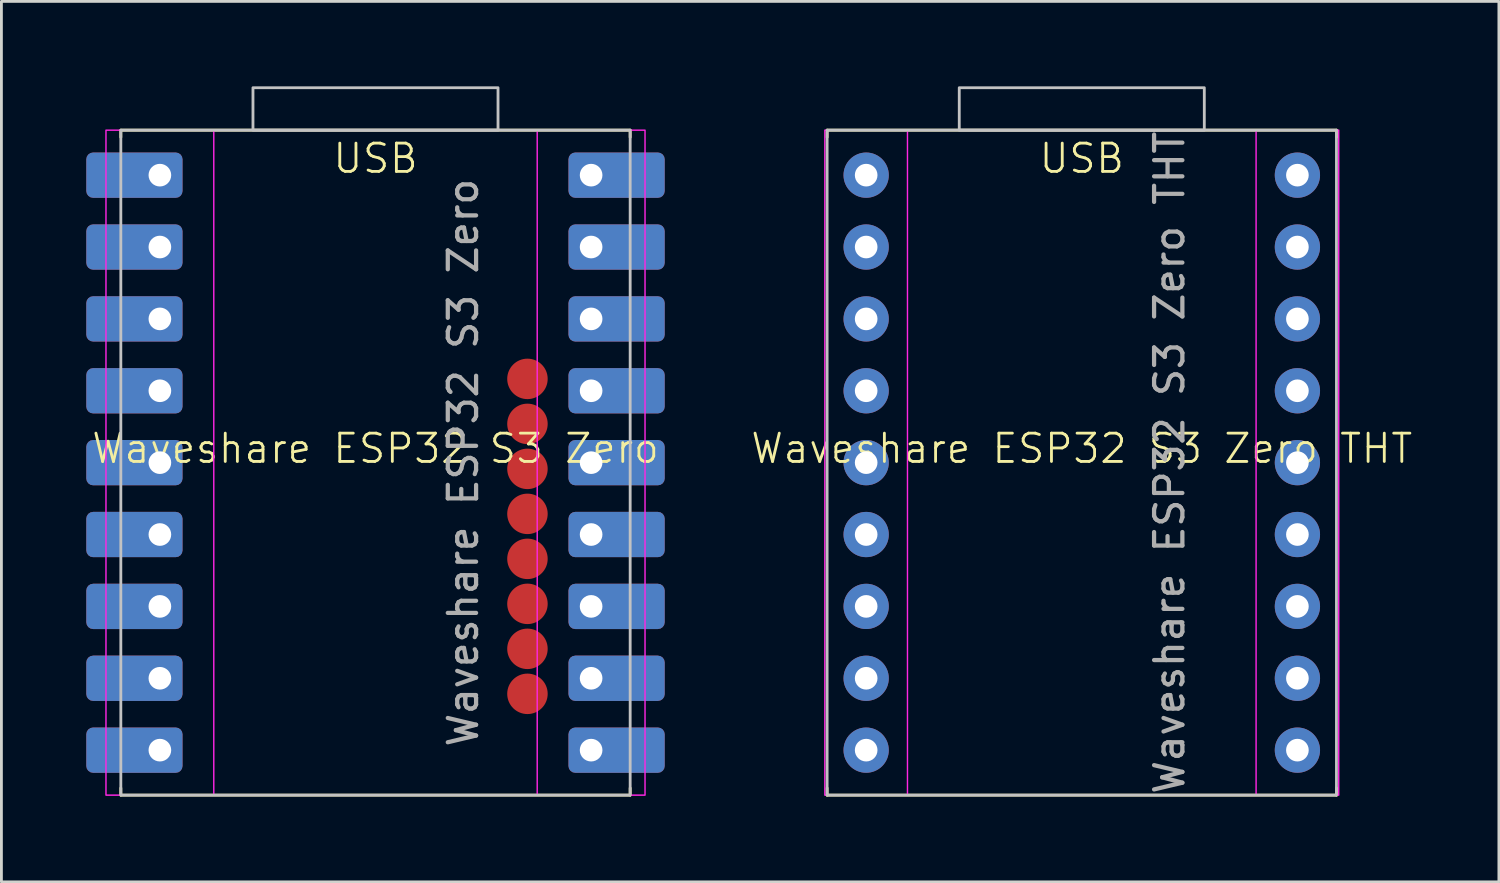
<source format=kicad_pcb>
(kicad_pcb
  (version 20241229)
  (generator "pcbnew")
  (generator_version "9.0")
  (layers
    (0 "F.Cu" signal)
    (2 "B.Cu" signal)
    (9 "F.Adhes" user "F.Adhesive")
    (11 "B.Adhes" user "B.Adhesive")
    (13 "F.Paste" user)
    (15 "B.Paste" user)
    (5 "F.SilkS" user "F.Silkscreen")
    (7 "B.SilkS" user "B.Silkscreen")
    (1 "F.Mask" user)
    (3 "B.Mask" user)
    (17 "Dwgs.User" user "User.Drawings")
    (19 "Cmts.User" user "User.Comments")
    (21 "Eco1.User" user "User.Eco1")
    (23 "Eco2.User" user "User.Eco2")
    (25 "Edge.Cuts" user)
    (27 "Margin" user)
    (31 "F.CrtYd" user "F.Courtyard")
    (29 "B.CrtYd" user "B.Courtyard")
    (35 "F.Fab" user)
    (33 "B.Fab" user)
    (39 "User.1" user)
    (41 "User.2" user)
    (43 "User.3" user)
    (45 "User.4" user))
  (footprint "Waveshare ESP32 S3 Zero"
    (layer "F.Cu")
    (at 10.22 13.3)
    (property "Reference" "Waveshare ESP32 S3 Zero" (at 0 -0.5 0) (unlocked yes) (layer "F.SilkS") (effects (font (size 1 1) (thickness 0.1))))
    (attr smd)
    (fp_line (start -9 -11.75) (end -9 -11.5) (stroke (width 0.1) (type default)) (layer "F.SilkS"))
    (fp_line (start -9 -11.75) (end 9 -11.75) (stroke (width 0.1) (type default)) (layer "F.SilkS"))
    (fp_line (start -9 11.5) (end -9 11.75) (stroke (width 0.1) (type default)) (layer "F.SilkS"))
    (fp_line (start -9 11.75) (end 9 11.75) (stroke (width 0.1) (type default)) (layer "F.SilkS"))
    (fp_line (start 9 -11.75) (end 9 -11.5) (stroke (width 0.1) (type default)) (layer "F.SilkS"))
    (fp_line (start 9 11.75) (end 9 11.5) (stroke (width 0.1) (type default)) (layer "F.SilkS"))
    (fp_rect (start -9 -11.75) (end 9 11.75) (stroke (width 0.1) (type solid)) (fill no) (layer "Dwgs.User"))
    (fp_rect (start -4.33 -13.25) (end 4.33 -11.75) (stroke (width 0.1) (type solid)) (fill no) (layer "Dwgs.User"))
    (fp_rect (start -9.525 -11.75) (end -5.715 11.75) (stroke (width 0.05) (type solid)) (fill no) (layer "F.CrtYd"))
    (fp_rect (start 5.715 -11.75) (end 9.525 11.75) (stroke (width 0.05) (type solid)) (fill no) (layer "F.CrtYd"))
    (fp_text user "USB" (at 0 -10.75 0) (unlocked yes) (layer "F.SilkS") (effects (font (size 1 1) (thickness 0.1))))
    (fp_text user "${REFERENCE}" (at 3.1 0 90) (unlocked yes) (layer "F.Fab") (effects (font (size 1 1) (thickness 0.15))))
    (pad "1" thru_hole roundrect (at -7.62 -10.16) (size 3.4 1.6) (drill 0.8 (offset -0.9 0)) (layers "*.Cu" "*.Mask") (roundrect_rratio 0.15))
    (pad "2" thru_hole roundrect (at -7.62 -7.62) (size 3.4 1.6) (drill 0.8 (offset -0.9 0)) (layers "*.Cu" "*.Mask") (roundrect_rratio 0.15))
    (pad "3" thru_hole roundrect (at -7.62 -5.08) (size 3.4 1.6) (drill 0.8 (offset -0.9 0)) (layers "*.Cu" "*.Mask") (roundrect_rratio 0.15))
    (pad "4" thru_hole roundrect (at -7.62 -2.54) (size 3.4 1.6) (drill 0.8 (offset -0.9 0)) (layers "*.Cu" "*.Mask") (roundrect_rratio 0.15))
    (pad "5" thru_hole roundrect (at -7.62 0) (size 3.4 1.6) (drill 0.8 (offset -0.9 0)) (layers "*.Cu" "*.Mask") (roundrect_rratio 0.15))
    (pad "6" thru_hole roundrect (at -7.62 2.54) (size 3.4 1.6) (drill 0.8 (offset -0.9 0)) (layers "*.Cu" "*.Mask") (roundrect_rratio 0.15))
    (pad "7" thru_hole roundrect (at -7.62 5.08) (size 3.4 1.6) (drill 0.8 (offset -0.9 0)) (layers "*.Cu" "*.Mask") (roundrect_rratio 0.15))
    (pad "8" thru_hole roundrect (at -7.62 7.62) (size 3.4 1.6) (drill 0.8 (offset -0.9 0)) (layers "*.Cu" "*.Mask") (roundrect_rratio 0.15))
    (pad "9" thru_hole roundrect (at -7.62 10.16) (size 3.4 1.6) (drill 0.8 (offset -0.9 0)) (layers "*.Cu" "*.Mask") (roundrect_rratio 0.15))
    (pad "10" thru_hole roundrect (at 7.62 10.16) (size 3.4 1.6) (drill 0.8 (offset 0.9 0)) (layers "*.Cu" "*.Mask") (roundrect_rratio 0.15))
    (pad "11" thru_hole roundrect (at 7.62 7.62) (size 3.4 1.6) (drill 0.8 (offset 0.9 0)) (layers "*.Cu" "*.Mask") (roundrect_rratio 0.15))
    (pad "12" thru_hole roundrect (at 7.62 5.08) (size 3.4 1.6) (drill 0.8 (offset 0.9 0)) (layers "*.Cu" "*.Mask") (roundrect_rratio 0.15))
    (pad "13" thru_hole roundrect (at 7.62 2.54) (size 3.4 1.6) (drill 0.8 (offset 0.9 0)) (layers "*.Cu" "*.Mask") (roundrect_rratio 0.15))
    (pad "14" thru_hole roundrect (at 7.62 0) (size 3.4 1.6) (drill 0.8 (offset 0.9 0)) (layers "*.Cu" "*.Mask") (roundrect_rratio 0.15))
    (pad "15" thru_hole roundrect (at 7.62 -2.54) (size 3.4 1.6) (drill 0.8 (offset 0.9 0)) (layers "*.Cu" "*.Mask") (roundrect_rratio 0.15))
    (pad "16" thru_hole roundrect (at 7.62 -5.08) (size 3.4 1.6) (drill 0.8 (offset 0.9 0)) (layers "*.Cu" "*.Mask") (roundrect_rratio 0.15))
    (pad "17" thru_hole roundrect (at 7.62 -7.62) (size 3.4 1.6) (drill 0.8 (offset 0.9 0)) (layers "*.Cu" "*.Mask") (roundrect_rratio 0.15))
    (pad "18" thru_hole roundrect (at 7.62 -10.16) (size 3.4 1.6) (drill 0.8 (offset 0.9 0)) (layers "*.Cu" "*.Mask") (roundrect_rratio 0.15))
    (pad "22" smd circle (at 5.37 -2.96) (size 1.43 1.43) (layers "F.Cu" "F.Mask" "F.Paste"))
    (pad "23" smd circle (at 5.37 -1.37) (size 1.43 1.43) (layers "F.Cu" "F.Mask" "F.Paste"))
    (pad "24" smd circle (at 5.37 0.22) (size 1.43 1.43) (layers "F.Cu" "F.Mask" "F.Paste"))
    (pad "25" smd circle (at 5.37 1.81) (size 1.43 1.43) (layers "F.Cu" "F.Mask" "F.Paste"))
    (pad "26" smd circle (at 5.37 3.4) (size 1.43 1.43) (layers "F.Cu" "F.Mask" "F.Paste"))
    (pad "27" smd circle (at 5.37 4.99) (size 1.43 1.43) (layers "F.Cu" "F.Mask" "F.Paste"))
    (pad "28" smd circle (at 5.37 6.58) (size 1.43 1.43) (layers "F.Cu" "F.Mask" "F.Paste"))
    (pad "29" smd circle (at 5.37 8.17) (size 1.43 1.43) (layers "F.Cu" "F.Mask" "F.Paste")))
  (footprint "Waveshare ESP32 S3 Zero THT"
    (layer "F.Cu")
    (at 35.18 13.3)
    (property "Reference" "Waveshare ESP32 S3 Zero THT" (at 0 -0.5 0) (unlocked yes) (layer "F.SilkS") (effects (font (size 1 1) (thickness 0.1))))
    (attr smd)
    (fp_line (start -9 -11.75) (end -9 -11.5) (stroke (width 0.1) (type default)) (layer "F.SilkS"))
    (fp_line (start -9 -11.75) (end 9 -11.75) (stroke (width 0.1) (type default)) (layer "F.SilkS"))
    (fp_line (start -9 11.5) (end -9 11.75) (stroke (width 0.1) (type default)) (layer "F.SilkS"))
    (fp_line (start -9 11.75) (end 9 11.75) (stroke (width 0.1) (type default)) (layer "F.SilkS"))
    (fp_line (start 9 -11.75) (end 9 -11.5) (stroke (width 0.1) (type default)) (layer "F.SilkS"))
    (fp_line (start 9 11.75) (end 9 11.5) (stroke (width 0.1) (type default)) (layer "F.SilkS"))
    (fp_rect (start -9 -11.75) (end 9 11.75) (stroke (width 0.1) (type solid)) (fill no) (layer "Dwgs.User"))
    (fp_rect (start -4.33 -13.25) (end 4.33 -11.75) (stroke (width 0.1) (type solid)) (fill no) (layer "Dwgs.User"))
    (fp_rect (start -9.081 -11.75) (end -6.16 11.75) (stroke (width 0.05) (type solid)) (fill no) (layer "F.CrtYd"))
    (fp_rect (start 6.16 -11.75) (end 9.081 11.75) (stroke (width 0.05) (type solid)) (fill no) (layer "F.CrtYd"))
    (fp_text user "USB" (at 0 -10.75 0) (unlocked yes) (layer "F.SilkS") (effects (font (size 1 1) (thickness 0.1))))
    (fp_text user "${REFERENCE}" (at 3.1 0 90) (unlocked yes) (layer "F.Fab") (effects (font (size 1 1) (thickness 0.15))))
    (pad "1" thru_hole circle (at -7.62 -10.16) (size 1.6 1.6) (drill 0.8) (layers "*.Cu" "*.Mask"))
    (pad "2" thru_hole circle (at -7.62 -7.62) (size 1.6 1.6) (drill 0.8) (layers "*.Cu" "*.Mask"))
    (pad "3" thru_hole circle (at -7.62 -5.08) (size 1.6 1.6) (drill 0.8) (layers "*.Cu" "*.Mask"))
    (pad "4" thru_hole circle (at -7.62 -2.54) (size 1.6 1.6) (drill 0.8) (layers "*.Cu" "*.Mask"))
    (pad "5" thru_hole circle (at -7.62 0) (size 1.6 1.6) (drill 0.8) (layers "*.Cu" "*.Mask"))
    (pad "6" thru_hole circle (at -7.62 2.54) (size 1.6 1.6) (drill 0.8) (layers "*.Cu" "*.Mask"))
    (pad "7" thru_hole circle (at -7.62 5.08) (size 1.6 1.6) (drill 0.8) (layers "*.Cu" "*.Mask"))
    (pad "8" thru_hole circle (at -7.62 7.62) (size 1.6 1.6) (drill 0.8) (layers "*.Cu" "*.Mask"))
    (pad "9" thru_hole circle (at -7.62 10.16) (size 1.6 1.6) (drill 0.8) (layers "*.Cu" "*.Mask"))
    (pad "10" thru_hole circle (at 7.62 10.16) (size 1.6 1.6) (drill 0.8) (layers "*.Cu" "*.Mask"))
    (pad "11" thru_hole circle (at 7.62 7.62) (size 1.6 1.6) (drill 0.8) (layers "*.Cu" "*.Mask"))
    (pad "12" thru_hole circle (at 7.62 5.08) (size 1.6 1.6) (drill 0.8) (layers "*.Cu" "*.Mask"))
    (pad "13" thru_hole circle (at 7.62 2.54) (size 1.6 1.6) (drill 0.8) (layers "*.Cu" "*.Mask"))
    (pad "14" thru_hole circle (at 7.62 0) (size 1.6 1.6) (drill 0.8) (layers "*.Cu" "*.Mask"))
    (pad "15" thru_hole circle (at 7.62 -2.54) (size 1.6 1.6) (drill 0.8) (layers "*.Cu" "*.Mask"))
    (pad "16" thru_hole circle (at 7.62 -5.08) (size 1.6 1.6) (drill 0.8) (layers "*.Cu" "*.Mask"))
    (pad "17" thru_hole circle (at 7.62 -7.62) (size 1.6 1.6) (drill 0.8) (layers "*.Cu" "*.Mask"))
    (pad "18" thru_hole circle (at 7.62 -10.16) (size 1.6 1.6) (drill 0.8) (layers "*.Cu" "*.Mask")))
  (gr_rect
    (start -3 -3)
    (end 49.921 28.115)
    (stroke (width 0.1) (type default))
    (fill no)
    (layer "Edge.Cuts")))
</source>
